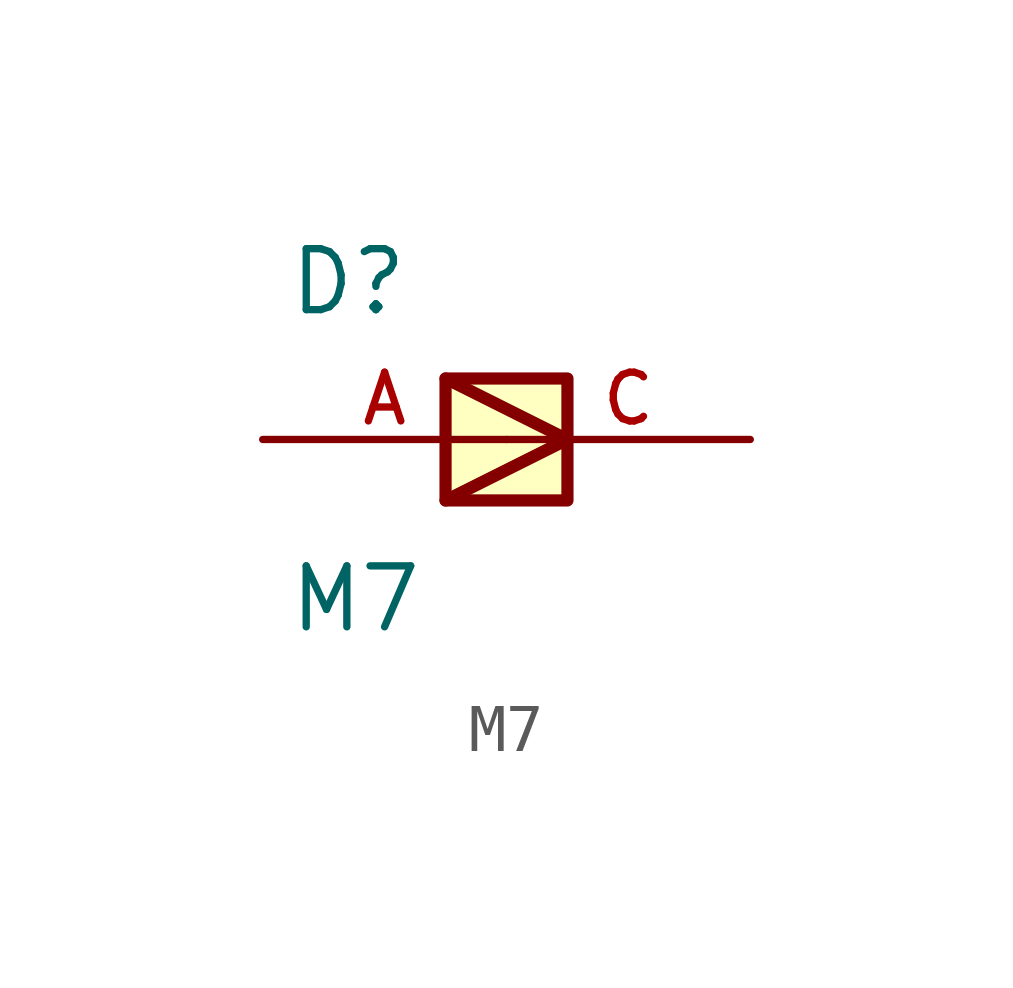
<source format=kicad_sym>
(kicad_symbol_lib
  (version 20211014)
  (generator kicad_symbol_editor)
  (symbol "M7"
    (pin_names
      (offset 1.016))
    (property "Reference" "D"
      (at -4.575 2.542 0)
      (effects (font (size 1.27 1.27)) (justify bottom left)))
    (property "Value" "M7"
      (at -4.576 -4.067 0)
      (effects (font (size 1.27 1.27)) (justify bottom left)))
    (symbol "M7_0_0"
      (polyline (pts (xy -1.27 -1.27) (xy 1.27 0.0)) (stroke (width 0.254)))
      (polyline (pts (xy 1.27 0.0) (xy -1.27 1.27)) (stroke (width 0.254)))
      (rectangle (start -1.27 -1.27) (end 1.27 1.27) (stroke (width 0.254)) (fill (type background)))
      (pin passive line (at -5.08 0.0 0) (length 5.08) (name "~" (effects (font (size 1.016 1.016)))) (number "A" (effects (font (size 1.016 1.016)))))
      (pin passive line (at 5.08 0.0 180.0) (length 5.08) (name "~" (effects (font (size 1.016 1.016)))) (number "C" (effects (font (size 1.016 1.016))))))))
</source>
